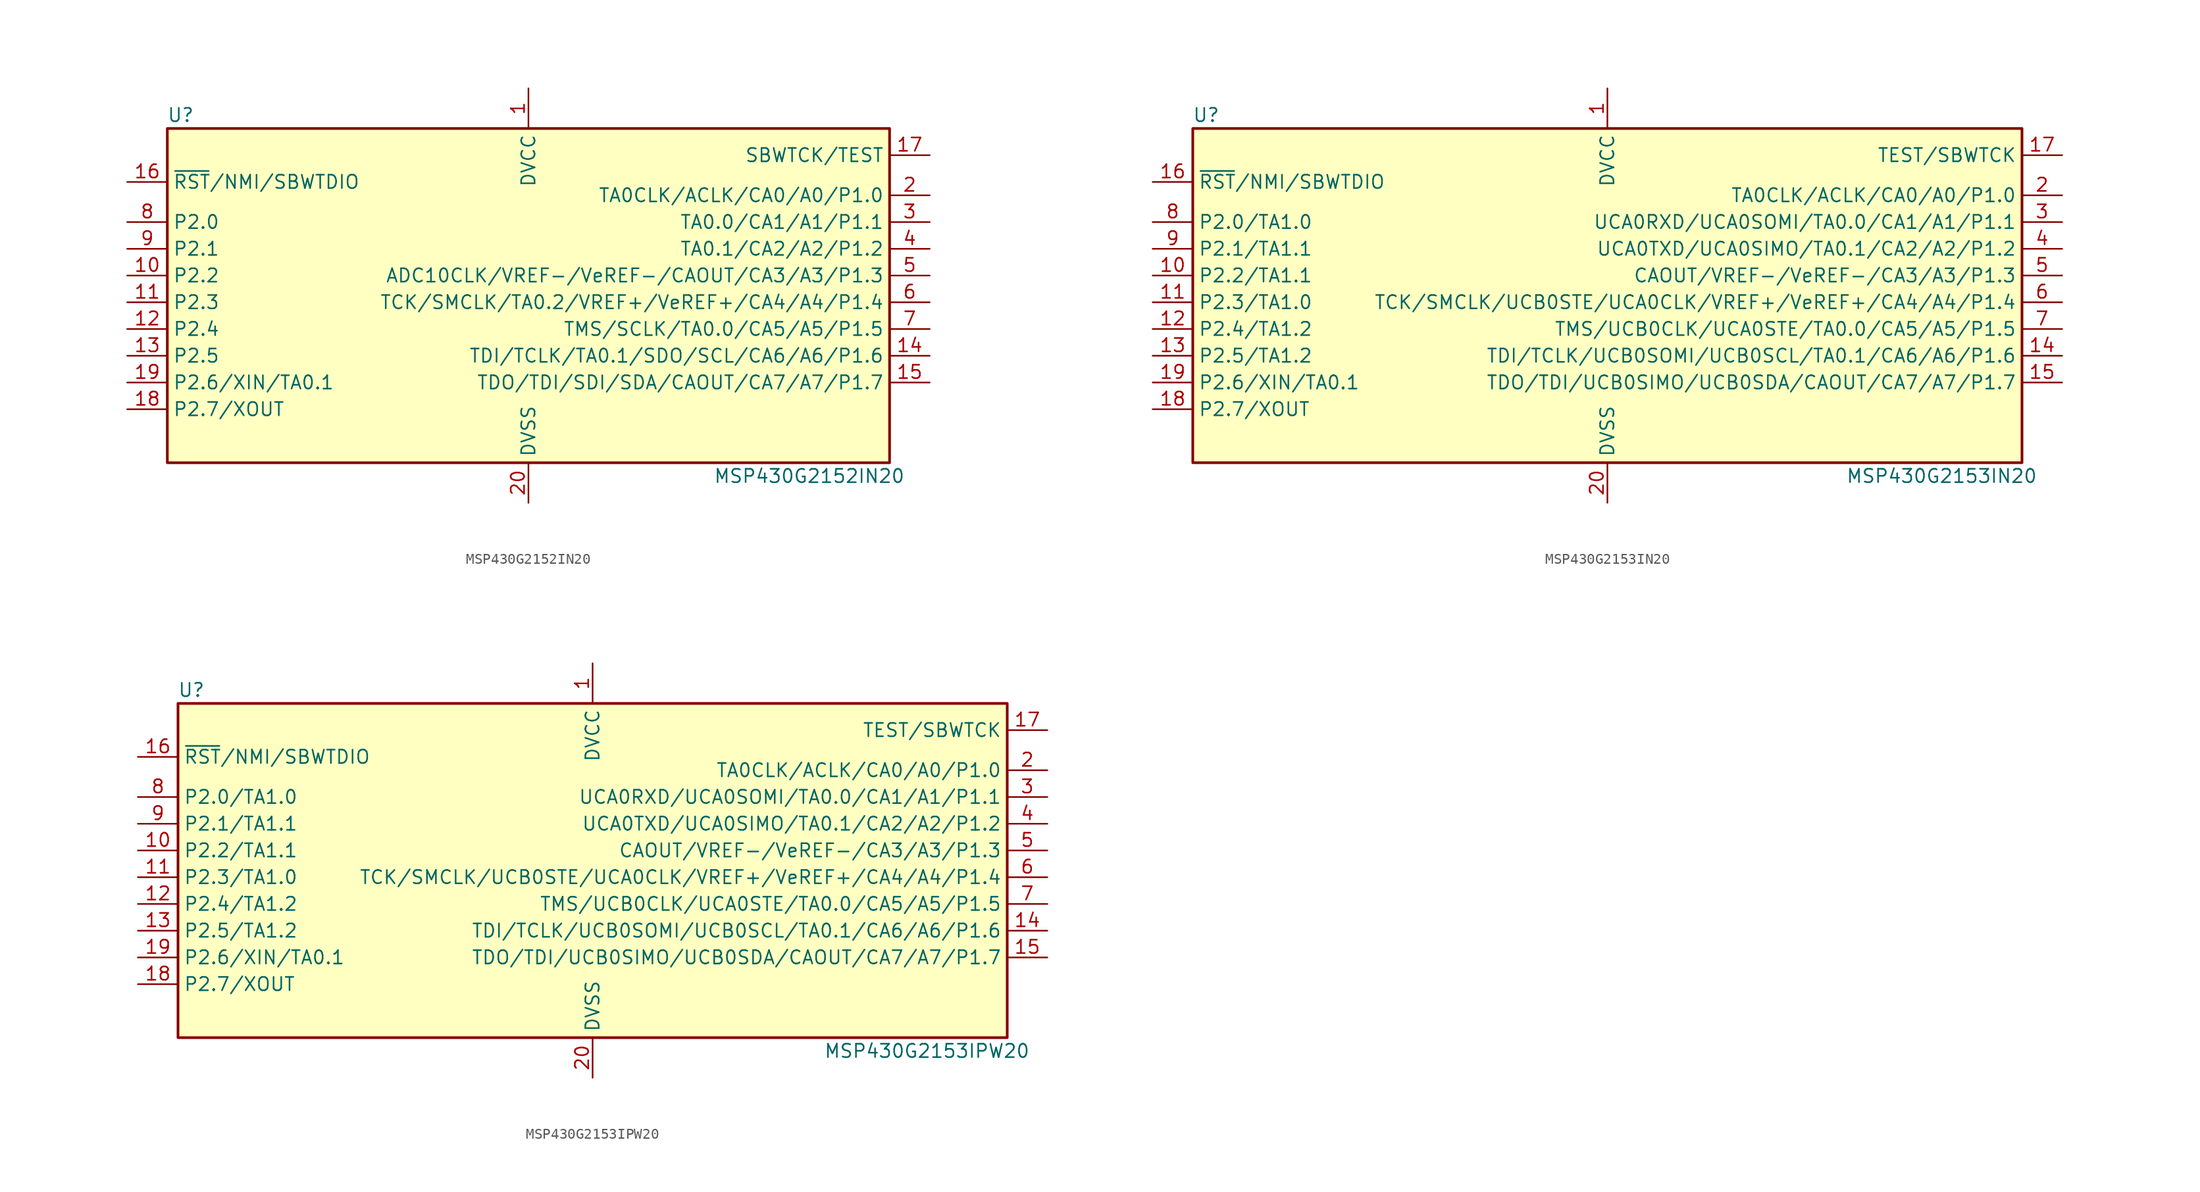
<source format=kicad_sym>
(kicad_symbol_lib
  (version 20220914)
  (generator kicad_symbol_editor)
  (symbol "MSP430G2152IN20"
    (property "Reference" "U"
      (at -33.02 17.78 0)
      (effects (font (size 1.27 1.27))))
    (property "Value" "MSP430G2152IN20"
      (at 26.67 -16.51 0)
      (effects (font (size 1.27 1.27))))
    (symbol "MSP430G2152IN20_0_1"
      (rectangle (start -34.29 16.51) (end 34.29 -15.24) (stroke (width 0.254) (type default)) (fill (type background))))
    (symbol "MSP430G2152IN20_1_1"
      (pin power_in line (at 0 20.32 270) (length 3.81) (name "DVCC" (effects (font (size 1.27 1.27)))) (number "1" (effects (font (size 1.27 1.27)))))
      (pin bidirectional line (at -38.1 2.54 0) (length 3.81) (name "P2.2" (effects (font (size 1.27 1.27)))) (number "10" (effects (font (size 1.27 1.27)))))
      (pin bidirectional line (at -38.1 0 0) (length 3.81) (name "P2.3" (effects (font (size 1.27 1.27)))) (number "11" (effects (font (size 1.27 1.27)))))
      (pin bidirectional line (at -38.1 -2.54 0) (length 3.81) (name "P2.4" (effects (font (size 1.27 1.27)))) (number "12" (effects (font (size 1.27 1.27)))))
      (pin bidirectional line (at -38.1 -5.08 0) (length 3.81) (name "P2.5" (effects (font (size 1.27 1.27)))) (number "13" (effects (font (size 1.27 1.27)))))
      (pin bidirectional line (at 38.1 -5.08 180) (length 3.81) (name "TDI/TCLK/TA0.1/SDO/SCL/CA6/A6/P1.6" (effects (font (size 1.27 1.27)))) (number "14" (effects (font (size 1.27 1.27)))))
      (pin bidirectional line (at 38.1 -7.62 180) (length 3.81) (name "TDO/TDI/SDI/SDA/CAOUT/CA7/A7/P1.7" (effects (font (size 1.27 1.27)))) (number "15" (effects (font (size 1.27 1.27)))))
      (pin input line (at -38.1 11.43 0) (length 3.81) (name "~{RST}/NMI/SBWTDIO" (effects (font (size 1.27 1.27)))) (number "16" (effects (font (size 1.27 1.27)))))
      (pin input line (at 38.1 13.97 180) (length 3.81) (name "SBWTCK/TEST" (effects (font (size 1.27 1.27)))) (number "17" (effects (font (size 1.27 1.27)))))
      (pin bidirectional line (at -38.1 -10.16 0) (length 3.81) (name "P2.7/XOUT" (effects (font (size 1.27 1.27)))) (number "18" (effects (font (size 1.27 1.27)))))
      (pin bidirectional line (at -38.1 -7.62 0) (length 3.81) (name "P2.6/XIN/TA0.1" (effects (font (size 1.27 1.27)))) (number "19" (effects (font (size 1.27 1.27)))))
      (pin bidirectional line (at 38.1 10.16 180) (length 3.81) (name "TA0CLK/ACLK/CA0/A0/P1.0" (effects (font (size 1.27 1.27)))) (number "2" (effects (font (size 1.27 1.27)))))
      (pin power_in line (at 0 -19.05 90) (length 3.81) (name "DVSS" (effects (font (size 1.27 1.27)))) (number "20" (effects (font (size 1.27 1.27)))))
      (pin bidirectional line (at 38.1 7.62 180) (length 3.81) (name "TA0.0/CA1/A1/P1.1" (effects (font (size 1.27 1.27)))) (number "3" (effects (font (size 1.27 1.27)))))
      (pin bidirectional line (at 38.1 5.08 180) (length 3.81) (name "TA0.1/CA2/A2/P1.2" (effects (font (size 1.27 1.27)))) (number "4" (effects (font (size 1.27 1.27)))))
      (pin bidirectional line (at 38.1 2.54 180) (length 3.81) (name "ADC10CLK/VREF-/VeREF-/CAOUT/CA3/A3/P1.3" (effects (font (size 1.27 1.27)))) (number "5" (effects (font (size 1.27 1.27)))))
      (pin bidirectional line (at 38.1 0 180) (length 3.81) (name "TCK/SMCLK/TA0.2/VREF+/VeREF+/CA4/A4/P1.4" (effects (font (size 1.27 1.27)))) (number "6" (effects (font (size 1.27 1.27)))))
      (pin bidirectional line (at 38.1 -2.54 180) (length 3.81) (name "TMS/SCLK/TA0.0/CA5/A5/P1.5" (effects (font (size 1.27 1.27)))) (number "7" (effects (font (size 1.27 1.27)))))
      (pin bidirectional line (at -38.1 7.62 0) (length 3.81) (name "P2.0" (effects (font (size 1.27 1.27)))) (number "8" (effects (font (size 1.27 1.27)))))
      (pin bidirectional line (at -38.1 5.08 0) (length 3.81) (name "P2.1" (effects (font (size 1.27 1.27)))) (number "9" (effects (font (size 1.27 1.27)))))))
  (symbol "MSP430G2153IN20"
    (property "Reference" "U"
      (at -38.1 17.78 0)
      (effects (font (size 1.27 1.27))))
    (property "Value" "MSP430G2153IN20"
      (at 31.75 -16.51 0)
      (effects (font (size 1.27 1.27))))
    (symbol "MSP430G2153IN20_0_1"
      (rectangle (start -39.37 16.51) (end 39.37 -15.24) (stroke (width 0.254) (type default)) (fill (type background))))
    (symbol "MSP430G2153IN20_1_1"
      (pin power_in line (at 0 20.32 270) (length 3.81) (name "DVCC" (effects (font (size 1.27 1.27)))) (number "1" (effects (font (size 1.27 1.27)))))
      (pin bidirectional line (at -43.18 2.54 0) (length 3.81) (name "P2.2/TA1.1" (effects (font (size 1.27 1.27)))) (number "10" (effects (font (size 1.27 1.27)))))
      (pin bidirectional line (at -43.18 0 0) (length 3.81) (name "P2.3/TA1.0" (effects (font (size 1.27 1.27)))) (number "11" (effects (font (size 1.27 1.27)))))
      (pin bidirectional line (at -43.18 -2.54 0) (length 3.81) (name "P2.4/TA1.2" (effects (font (size 1.27 1.27)))) (number "12" (effects (font (size 1.27 1.27)))))
      (pin bidirectional line (at -43.18 -5.08 0) (length 3.81) (name "P2.5/TA1.2" (effects (font (size 1.27 1.27)))) (number "13" (effects (font (size 1.27 1.27)))))
      (pin bidirectional line (at 43.18 -5.08 180) (length 3.81) (name "TDI/TCLK/UCB0SOMI/UCB0SCL/TA0.1/CA6/A6/P1.6" (effects (font (size 1.27 1.27)))) (number "14" (effects (font (size 1.27 1.27)))))
      (pin bidirectional line (at 43.18 -7.62 180) (length 3.81) (name "TDO/TDI/UCB0SIMO/UCB0SDA/CAOUT/CA7/A7/P1.7" (effects (font (size 1.27 1.27)))) (number "15" (effects (font (size 1.27 1.27)))))
      (pin input line (at -43.18 11.43 0) (length 3.81) (name "~{RST}/NMI/SBWTDIO" (effects (font (size 1.27 1.27)))) (number "16" (effects (font (size 1.27 1.27)))))
      (pin input line (at 43.18 13.97 180) (length 3.81) (name "TEST/SBWTCK" (effects (font (size 1.27 1.27)))) (number "17" (effects (font (size 1.27 1.27)))))
      (pin bidirectional line (at -43.18 -10.16 0) (length 3.81) (name "P2.7/XOUT" (effects (font (size 1.27 1.27)))) (number "18" (effects (font (size 1.27 1.27)))))
      (pin bidirectional line (at -43.18 -7.62 0) (length 3.81) (name "P2.6/XIN/TA0.1" (effects (font (size 1.27 1.27)))) (number "19" (effects (font (size 1.27 1.27)))))
      (pin bidirectional line (at 43.18 10.16 180) (length 3.81) (name "TA0CLK/ACLK/CA0/A0/P1.0" (effects (font (size 1.27 1.27)))) (number "2" (effects (font (size 1.27 1.27)))))
      (pin power_in line (at 0 -19.05 90) (length 3.81) (name "DVSS" (effects (font (size 1.27 1.27)))) (number "20" (effects (font (size 1.27 1.27)))))
      (pin bidirectional line (at 43.18 7.62 180) (length 3.81) (name "UCA0RXD/UCA0SOMI/TA0.0/CA1/A1/P1.1" (effects (font (size 1.27 1.27)))) (number "3" (effects (font (size 1.27 1.27)))))
      (pin bidirectional line (at 43.18 5.08 180) (length 3.81) (name "UCA0TXD/UCA0SIMO/TA0.1/CA2/A2/P1.2" (effects (font (size 1.27 1.27)))) (number "4" (effects (font (size 1.27 1.27)))))
      (pin bidirectional line (at 43.18 2.54 180) (length 3.81) (name "CAOUT/VREF-/VeREF-/CA3/A3/P1.3" (effects (font (size 1.27 1.27)))) (number "5" (effects (font (size 1.27 1.27)))))
      (pin bidirectional line (at 43.18 0 180) (length 3.81) (name "TCK/SMCLK/UCB0STE/UCA0CLK/VREF+/VeREF+/CA4/A4/P1.4" (effects (font (size 1.27 1.27)))) (number "6" (effects (font (size 1.27 1.27)))))
      (pin bidirectional line (at 43.18 -2.54 180) (length 3.81) (name "TMS/UCB0CLK/UCA0STE/TA0.0/CA5/A5/P1.5" (effects (font (size 1.27 1.27)))) (number "7" (effects (font (size 1.27 1.27)))))
      (pin bidirectional line (at -43.18 7.62 0) (length 3.81) (name "P2.0/TA1.0" (effects (font (size 1.27 1.27)))) (number "8" (effects (font (size 1.27 1.27)))))
      (pin bidirectional line (at -43.18 5.08 0) (length 3.81) (name "P2.1/TA1.1" (effects (font (size 1.27 1.27)))) (number "9" (effects (font (size 1.27 1.27)))))))
  (symbol "MSP430G2153IPW20"
    (property "Reference" "U"
      (at -38.1 17.78 0)
      (effects (font (size 1.27 1.27))))
    (property "Value" "MSP430G2153IPW20"
      (at 31.75 -16.51 0)
      (effects (font (size 1.27 1.27))))
    (symbol "MSP430G2153IPW20_0_1"
      (rectangle (start -39.37 16.51) (end 39.37 -15.24) (stroke (width 0.254) (type default)) (fill (type background))))
    (symbol "MSP430G2153IPW20_1_1"
      (pin power_in line (at 0 20.32 270) (length 3.81) (name "DVCC" (effects (font (size 1.27 1.27)))) (number "1" (effects (font (size 1.27 1.27)))))
      (pin bidirectional line (at -43.18 2.54 0) (length 3.81) (name "P2.2/TA1.1" (effects (font (size 1.27 1.27)))) (number "10" (effects (font (size 1.27 1.27)))))
      (pin bidirectional line (at -43.18 0 0) (length 3.81) (name "P2.3/TA1.0" (effects (font (size 1.27 1.27)))) (number "11" (effects (font (size 1.27 1.27)))))
      (pin bidirectional line (at -43.18 -2.54 0) (length 3.81) (name "P2.4/TA1.2" (effects (font (size 1.27 1.27)))) (number "12" (effects (font (size 1.27 1.27)))))
      (pin bidirectional line (at -43.18 -5.08 0) (length 3.81) (name "P2.5/TA1.2" (effects (font (size 1.27 1.27)))) (number "13" (effects (font (size 1.27 1.27)))))
      (pin bidirectional line (at 43.18 -5.08 180) (length 3.81) (name "TDI/TCLK/UCB0SOMI/UCB0SCL/TA0.1/CA6/A6/P1.6" (effects (font (size 1.27 1.27)))) (number "14" (effects (font (size 1.27 1.27)))))
      (pin bidirectional line (at 43.18 -7.62 180) (length 3.81) (name "TDO/TDI/UCB0SIMO/UCB0SDA/CAOUT/CA7/A7/P1.7" (effects (font (size 1.27 1.27)))) (number "15" (effects (font (size 1.27 1.27)))))
      (pin input line (at -43.18 11.43 0) (length 3.81) (name "~{RST}/NMI/SBWTDIO" (effects (font (size 1.27 1.27)))) (number "16" (effects (font (size 1.27 1.27)))))
      (pin input line (at 43.18 13.97 180) (length 3.81) (name "TEST/SBWTCK" (effects (font (size 1.27 1.27)))) (number "17" (effects (font (size 1.27 1.27)))))
      (pin bidirectional line (at -43.18 -10.16 0) (length 3.81) (name "P2.7/XOUT" (effects (font (size 1.27 1.27)))) (number "18" (effects (font (size 1.27 1.27)))))
      (pin bidirectional line (at -43.18 -7.62 0) (length 3.81) (name "P2.6/XIN/TA0.1" (effects (font (size 1.27 1.27)))) (number "19" (effects (font (size 1.27 1.27)))))
      (pin bidirectional line (at 43.18 10.16 180) (length 3.81) (name "TA0CLK/ACLK/CA0/A0/P1.0" (effects (font (size 1.27 1.27)))) (number "2" (effects (font (size 1.27 1.27)))))
      (pin power_in line (at 0 -19.05 90) (length 3.81) (name "DVSS" (effects (font (size 1.27 1.27)))) (number "20" (effects (font (size 1.27 1.27)))))
      (pin bidirectional line (at 43.18 7.62 180) (length 3.81) (name "UCA0RXD/UCA0SOMI/TA0.0/CA1/A1/P1.1" (effects (font (size 1.27 1.27)))) (number "3" (effects (font (size 1.27 1.27)))))
      (pin bidirectional line (at 43.18 5.08 180) (length 3.81) (name "UCA0TXD/UCA0SIMO/TA0.1/CA2/A2/P1.2" (effects (font (size 1.27 1.27)))) (number "4" (effects (font (size 1.27 1.27)))))
      (pin bidirectional line (at 43.18 2.54 180) (length 3.81) (name "CAOUT/VREF-/VeREF-/CA3/A3/P1.3" (effects (font (size 1.27 1.27)))) (number "5" (effects (font (size 1.27 1.27)))))
      (pin bidirectional line (at 43.18 0 180) (length 3.81) (name "TCK/SMCLK/UCB0STE/UCA0CLK/VREF+/VeREF+/CA4/A4/P1.4" (effects (font (size 1.27 1.27)))) (number "6" (effects (font (size 1.27 1.27)))))
      (pin bidirectional line (at 43.18 -2.54 180) (length 3.81) (name "TMS/UCB0CLK/UCA0STE/TA0.0/CA5/A5/P1.5" (effects (font (size 1.27 1.27)))) (number "7" (effects (font (size 1.27 1.27)))))
      (pin bidirectional line (at -43.18 7.62 0) (length 3.81) (name "P2.0/TA1.0" (effects (font (size 1.27 1.27)))) (number "8" (effects (font (size 1.27 1.27)))))
      (pin bidirectional line (at -43.18 5.08 0) (length 3.81) (name "P2.1/TA1.1" (effects (font (size 1.27 1.27)))) (number "9" (effects (font (size 1.27 1.27))))))))
</source>
